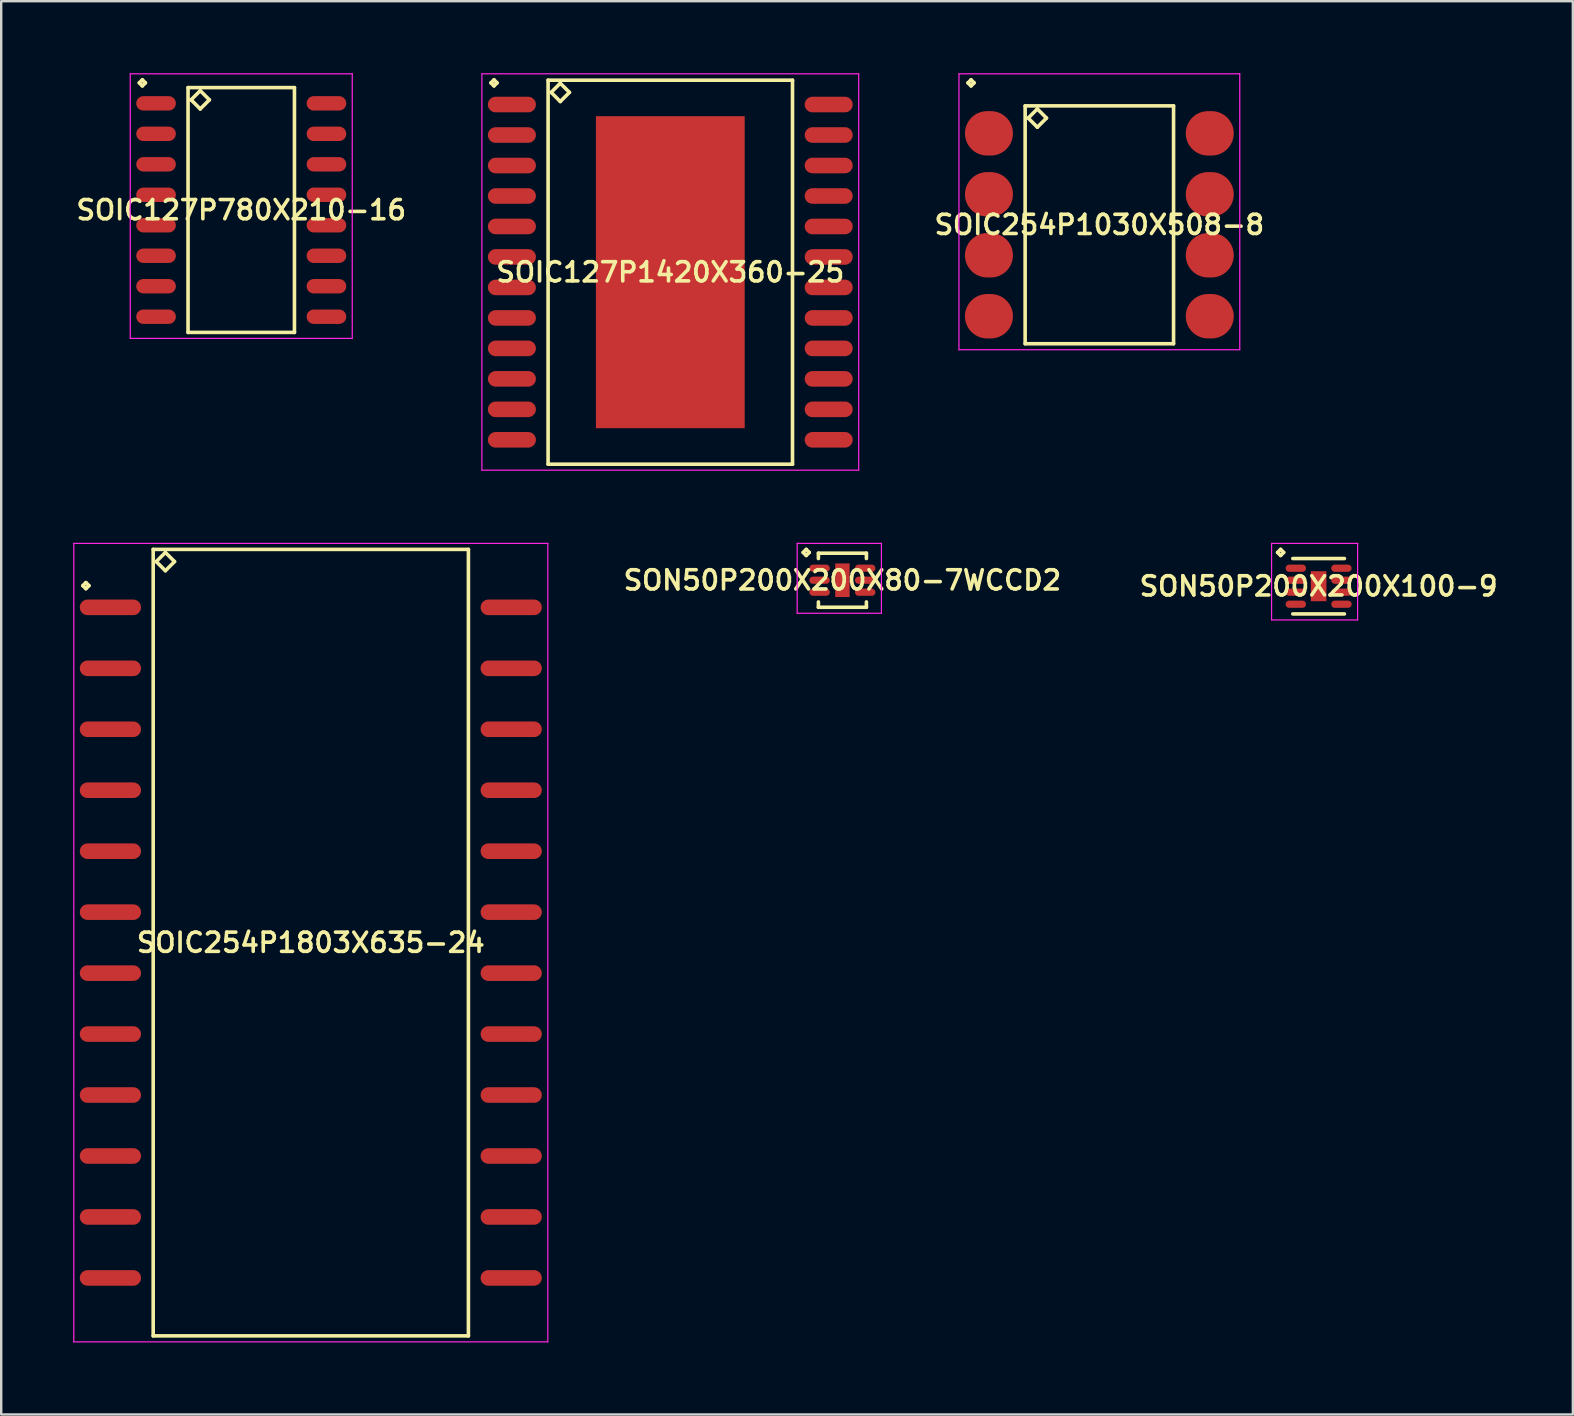
<source format=kicad_pcb>
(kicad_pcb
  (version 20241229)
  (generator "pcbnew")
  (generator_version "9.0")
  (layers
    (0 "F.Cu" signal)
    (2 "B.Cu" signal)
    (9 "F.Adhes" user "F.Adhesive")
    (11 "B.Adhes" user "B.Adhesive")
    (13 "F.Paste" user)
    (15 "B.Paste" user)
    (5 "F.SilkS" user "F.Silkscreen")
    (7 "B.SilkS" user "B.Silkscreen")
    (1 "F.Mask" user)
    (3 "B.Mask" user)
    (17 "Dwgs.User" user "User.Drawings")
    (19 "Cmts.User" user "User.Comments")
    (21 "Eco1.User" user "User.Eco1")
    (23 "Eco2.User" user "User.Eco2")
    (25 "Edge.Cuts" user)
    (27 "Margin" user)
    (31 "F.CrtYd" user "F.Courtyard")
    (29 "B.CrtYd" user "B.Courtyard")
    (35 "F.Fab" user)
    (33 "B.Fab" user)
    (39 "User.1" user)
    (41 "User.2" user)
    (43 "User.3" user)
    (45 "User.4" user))
  (footprint "SOIC254P1803X635-24"
    (layer "F.Cu")
    (at 9.9 36.226)
    (property "Reference" "SOIC254P1803X635-24" (at 0 0 0) (layer "F.SilkS") (effects (font (size 0.8 0.8) (thickness 0.15))))
    (attr smd)
    (fp_line (start -9.498 -14.874) (end -9.371 -15.001) (stroke (width 0.15) (type solid)) (layer "F.SilkS"))
    (fp_line (start -9.371 -15.001) (end -9.244 -14.874) (stroke (width 0.15) (type solid)) (layer "F.SilkS"))
    (fp_line (start -9.371 -14.747) (end -9.498 -14.874) (stroke (width 0.15) (type solid)) (layer "F.SilkS"))
    (fp_line (start -9.244 -14.874) (end -9.371 -14.747) (stroke (width 0.15) (type solid)) (layer "F.SilkS"))
    (fp_line (start -6.567 -16.385) (end -6.567 16.385) (stroke (width 0.15) (type solid)) (layer "F.SilkS"))
    (fp_line (start -6.567 16.385) (end 6.567 16.385) (stroke (width 0.15) (type solid)) (layer "F.SilkS"))
    (fp_line (start -6.44 -15.877) (end -6.059 -16.258) (stroke (width 0.15) (type solid)) (layer "F.SilkS"))
    (fp_line (start -6.059 -16.258) (end -5.678 -15.877) (stroke (width 0.15) (type solid)) (layer "F.SilkS"))
    (fp_line (start -6.059 -15.496) (end -6.44 -15.877) (stroke (width 0.15) (type solid)) (layer "F.SilkS"))
    (fp_line (start -5.678 -15.877) (end -6.059 -15.496) (stroke (width 0.15) (type solid)) (layer "F.SilkS"))
    (fp_line (start 6.567 -16.385) (end -6.567 -16.385) (stroke (width 0.15) (type solid)) (layer "F.SilkS"))
    (fp_line (start 6.567 16.385) (end 6.567 -16.385) (stroke (width 0.15) (type solid)) (layer "F.SilkS"))
    (fp_line (start -9.875 -16.635) (end 9.875 -16.635) (stroke (width 0.05) (type solid)) (layer "F.CrtYd"))
    (fp_line (start -9.875 16.635) (end -9.875 -16.635) (stroke (width 0.05) (type solid)) (layer "F.CrtYd"))
    (fp_line (start 9.875 -16.635) (end 9.875 16.635) (stroke (width 0.05) (type solid)) (layer "F.CrtYd"))
    (fp_line (start 9.875 16.635) (end -9.875 16.635) (stroke (width 0.05) (type solid)) (layer "F.CrtYd"))
    (pad "1" smd oval (at -8.35 -13.97) (size 2.55 0.65) (layers "F.Cu" "F.Mask" "F.Paste"))
    (pad "2" smd oval (at -8.35 -11.43) (size 2.55 0.65) (layers "F.Cu" "F.Mask" "F.Paste"))
    (pad "3" smd oval (at -8.35 -8.89) (size 2.55 0.65) (layers "F.Cu" "F.Mask" "F.Paste"))
    (pad "4" smd oval (at -8.35 -6.35) (size 2.55 0.65) (layers "F.Cu" "F.Mask" "F.Paste"))
    (pad "5" smd oval (at -8.35 -3.81) (size 2.55 0.65) (layers "F.Cu" "F.Mask" "F.Paste"))
    (pad "6" smd oval (at -8.35 -1.27) (size 2.55 0.65) (layers "F.Cu" "F.Mask" "F.Paste"))
    (pad "7" smd oval (at -8.35 1.27) (size 2.55 0.65) (layers "F.Cu" "F.Mask" "F.Paste"))
    (pad "8" smd oval (at -8.35 3.81) (size 2.55 0.65) (layers "F.Cu" "F.Mask" "F.Paste"))
    (pad "9" smd oval (at -8.35 6.35) (size 2.55 0.65) (layers "F.Cu" "F.Mask" "F.Paste"))
    (pad "10" smd oval (at -8.35 8.89) (size 2.55 0.65) (layers "F.Cu" "F.Mask" "F.Paste"))
    (pad "11" smd oval (at -8.35 11.43) (size 2.55 0.65) (layers "F.Cu" "F.Mask" "F.Paste"))
    (pad "12" smd oval (at -8.35 13.97) (size 2.55 0.65) (layers "F.Cu" "F.Mask" "F.Paste"))
    (pad "13" smd oval (at 8.35 13.97) (size 2.55 0.65) (layers "F.Cu" "F.Mask" "F.Paste"))
    (pad "14" smd oval (at 8.35 11.43) (size 2.55 0.65) (layers "F.Cu" "F.Mask" "F.Paste"))
    (pad "15" smd oval (at 8.35 8.89) (size 2.55 0.65) (layers "F.Cu" "F.Mask" "F.Paste"))
    (pad "16" smd oval (at 8.35 6.35) (size 2.55 0.65) (layers "F.Cu" "F.Mask" "F.Paste"))
    (pad "17" smd oval (at 8.35 3.81) (size 2.55 0.65) (layers "F.Cu" "F.Mask" "F.Paste"))
    (pad "18" smd oval (at 8.35 1.27) (size 2.55 0.65) (layers "F.Cu" "F.Mask" "F.Paste"))
    (pad "19" smd oval (at 8.35 -1.27) (size 2.55 0.65) (layers "F.Cu" "F.Mask" "F.Paste"))
    (pad "20" smd oval (at 8.35 -3.81) (size 2.55 0.65) (layers "F.Cu" "F.Mask" "F.Paste"))
    (pad "21" smd oval (at 8.35 -6.35) (size 2.55 0.65) (layers "F.Cu" "F.Mask" "F.Paste"))
    (pad "22" smd oval (at 8.35 -8.89) (size 2.55 0.65) (layers "F.Cu" "F.Mask" "F.Paste"))
    (pad "23" smd oval (at 8.35 -11.43) (size 2.55 0.65) (layers "F.Cu" "F.Mask" "F.Paste"))
    (pad "24" smd oval (at 8.35 -13.97) (size 2.55 0.65) (layers "F.Cu" "F.Mask" "F.Paste")))
  (footprint "SOIC254P1030X508-8"
    (layer "F.Cu")
    (at 42.756 6.316)
    (property "Reference" "SOIC254P1030X508-8" (at 0 0 0) (layer "F.SilkS") (effects (font (size 0.8 0.8) (thickness 0.15))))
    (attr smd)
    (fp_line (start -5.473 -5.914) (end -5.346 -6.041) (stroke (width 0.15) (type solid)) (layer "F.SilkS"))
    (fp_line (start -5.346 -6.041) (end -5.219 -5.914) (stroke (width 0.15) (type solid)) (layer "F.SilkS"))
    (fp_line (start -5.346 -5.787) (end -5.473 -5.914) (stroke (width 0.15) (type solid)) (layer "F.SilkS"))
    (fp_line (start -5.219 -5.914) (end -5.346 -5.787) (stroke (width 0.15) (type solid)) (layer "F.SilkS"))
    (fp_line (start -3.092 -4.955) (end -3.092 4.955) (stroke (width 0.15) (type solid)) (layer "F.SilkS"))
    (fp_line (start -3.092 4.955) (end 3.092 4.955) (stroke (width 0.15) (type solid)) (layer "F.SilkS"))
    (fp_line (start -2.965 -4.447) (end -2.584 -4.828) (stroke (width 0.15) (type solid)) (layer "F.SilkS"))
    (fp_line (start -2.584 -4.828) (end -2.203 -4.447) (stroke (width 0.15) (type solid)) (layer "F.SilkS"))
    (fp_line (start -2.584 -4.066) (end -2.965 -4.447) (stroke (width 0.15) (type solid)) (layer "F.SilkS"))
    (fp_line (start -2.203 -4.447) (end -2.584 -4.066) (stroke (width 0.15) (type solid)) (layer "F.SilkS"))
    (fp_line (start 3.092 -4.955) (end -3.092 -4.955) (stroke (width 0.15) (type solid)) (layer "F.SilkS"))
    (fp_line (start 3.092 4.955) (end 3.092 -4.955) (stroke (width 0.15) (type solid)) (layer "F.SilkS"))
    (fp_line (start -5.85 -6.291) (end 5.85 -6.291) (stroke (width 0.05) (type solid)) (layer "F.CrtYd"))
    (fp_line (start -5.85 5.205) (end -5.85 -6.291) (stroke (width 0.05) (type solid)) (layer "F.CrtYd"))
    (fp_line (start 5.85 -6.291) (end 5.85 5.205) (stroke (width 0.05) (type solid)) (layer "F.CrtYd"))
    (fp_line (start 5.85 5.205) (end -5.85 5.205) (stroke (width 0.05) (type solid)) (layer "F.CrtYd"))
    (pad "1" smd oval (at -4.6 -3.81) (size 2 1.85) (layers "F.Cu" "F.Mask" "F.Paste"))
    (pad "2" smd oval (at -4.6 -1.27) (size 2 1.85) (layers "F.Cu" "F.Mask" "F.Paste"))
    (pad "3" smd oval (at -4.6 1.27) (size 2 1.85) (layers "F.Cu" "F.Mask" "F.Paste"))
    (pad "4" smd oval (at -4.6 3.81) (size 2 1.85) (layers "F.Cu" "F.Mask" "F.Paste"))
    (pad "5" smd oval (at 4.6 3.81) (size 2 1.85) (layers "F.Cu" "F.Mask" "F.Paste"))
    (pad "6" smd oval (at 4.6 1.27) (size 2 1.85) (layers "F.Cu" "F.Mask" "F.Paste"))
    (pad "7" smd oval (at 4.6 -1.27) (size 2 1.85) (layers "F.Cu" "F.Mask" "F.Paste"))
    (pad "8" smd oval (at 4.6 -3.81) (size 2 1.85) (layers "F.Cu" "F.Mask" "F.Paste")))
  (footprint "SOIC127P780X210-16"
    (layer "F.Cu")
    (at 7.002 5.701)
    (property "Reference" "SOIC127P780X210-16" (at 0 0 0) (layer "F.SilkS") (effects (font (size 0.8 0.8) (thickness 0.15))))
    (attr smd)
    (fp_line (start -4.248 -5.299) (end -4.121 -5.426) (stroke (width 0.15) (type solid)) (layer "F.SilkS"))
    (fp_line (start -4.121 -5.426) (end -3.994 -5.299) (stroke (width 0.15) (type solid)) (layer "F.SilkS"))
    (fp_line (start -4.121 -5.172) (end -4.248 -5.299) (stroke (width 0.15) (type solid)) (layer "F.SilkS"))
    (fp_line (start -3.994 -5.299) (end -4.121 -5.172) (stroke (width 0.15) (type solid)) (layer "F.SilkS"))
    (fp_line (start -2.217 -5.1) (end -2.217 5.1) (stroke (width 0.15) (type solid)) (layer "F.SilkS"))
    (fp_line (start -2.217 5.1) (end 2.217 5.1) (stroke (width 0.15) (type solid)) (layer "F.SilkS"))
    (fp_line (start -2.09 -4.592) (end -1.709 -4.973) (stroke (width 0.15) (type solid)) (layer "F.SilkS"))
    (fp_line (start -1.709 -4.973) (end -1.328 -4.592) (stroke (width 0.15) (type solid)) (layer "F.SilkS"))
    (fp_line (start -1.709 -4.211) (end -2.09 -4.592) (stroke (width 0.15) (type solid)) (layer "F.SilkS"))
    (fp_line (start -1.328 -4.592) (end -1.709 -4.211) (stroke (width 0.15) (type solid)) (layer "F.SilkS"))
    (fp_line (start 2.217 -5.1) (end -2.217 -5.1) (stroke (width 0.15) (type solid)) (layer "F.SilkS"))
    (fp_line (start 2.217 5.1) (end 2.217 -5.1) (stroke (width 0.15) (type solid)) (layer "F.SilkS"))
    (fp_line (start -4.625 -5.676) (end 4.625 -5.676) (stroke (width 0.05) (type solid)) (layer "F.CrtYd"))
    (fp_line (start -4.625 5.35) (end -4.625 -5.676) (stroke (width 0.05) (type solid)) (layer "F.CrtYd"))
    (fp_line (start 4.625 -5.676) (end 4.625 5.35) (stroke (width 0.05) (type solid)) (layer "F.CrtYd"))
    (fp_line (start 4.625 5.35) (end -4.625 5.35) (stroke (width 0.05) (type solid)) (layer "F.CrtYd"))
    (pad "1" smd oval (at -3.55 -4.445) (size 1.65 0.6) (layers "F.Cu" "F.Mask" "F.Paste"))
    (pad "2" smd oval (at -3.55 -3.175) (size 1.65 0.6) (layers "F.Cu" "F.Mask" "F.Paste"))
    (pad "3" smd oval (at -3.55 -1.905) (size 1.65 0.6) (layers "F.Cu" "F.Mask" "F.Paste"))
    (pad "4" smd oval (at -3.55 -0.635) (size 1.65 0.6) (layers "F.Cu" "F.Mask" "F.Paste"))
    (pad "5" smd oval (at -3.55 0.635) (size 1.65 0.6) (layers "F.Cu" "F.Mask" "F.Paste"))
    (pad "6" smd oval (at -3.55 1.905) (size 1.65 0.6) (layers "F.Cu" "F.Mask" "F.Paste"))
    (pad "7" smd oval (at -3.55 3.175) (size 1.65 0.6) (layers "F.Cu" "F.Mask" "F.Paste"))
    (pad "8" smd oval (at -3.55 4.445) (size 1.65 0.6) (layers "F.Cu" "F.Mask" "F.Paste"))
    (pad "9" smd oval (at 3.55 4.445) (size 1.65 0.6) (layers "F.Cu" "F.Mask" "F.Paste"))
    (pad "10" smd oval (at 3.55 3.175) (size 1.65 0.6) (layers "F.Cu" "F.Mask" "F.Paste"))
    (pad "11" smd oval (at 3.55 1.905) (size 1.65 0.6) (layers "F.Cu" "F.Mask" "F.Paste"))
    (pad "12" smd oval (at 3.55 0.635) (size 1.65 0.6) (layers "F.Cu" "F.Mask" "F.Paste"))
    (pad "13" smd oval (at 3.55 -0.635) (size 1.65 0.6) (layers "F.Cu" "F.Mask" "F.Paste"))
    (pad "14" smd oval (at 3.55 -1.905) (size 1.65 0.6) (layers "F.Cu" "F.Mask" "F.Paste"))
    (pad "15" smd oval (at 3.55 -3.175) (size 1.65 0.6) (layers "F.Cu" "F.Mask" "F.Paste"))
    (pad "16" smd oval (at 3.55 -4.445) (size 1.65 0.6) (layers "F.Cu" "F.Mask" "F.Paste")))
  (footprint "SOIC127P1420X360-25"
    (layer "F.Cu")
    (at 24.879 8.291)
    (property "Reference" "SOIC127P1420X360-25" (at 0 0 0) (layer "F.SilkS") (effects (font (size 0.8 0.8) (thickness 0.15))))
    (attr smd)
    (fp_line (start -7.473 -7.889) (end -7.346 -8.016) (stroke (width 0.15) (type solid)) (layer "F.SilkS"))
    (fp_line (start -7.346 -8.016) (end -7.219 -7.889) (stroke (width 0.15) (type solid)) (layer "F.SilkS"))
    (fp_line (start -7.346 -7.762) (end -7.473 -7.889) (stroke (width 0.15) (type solid)) (layer "F.SilkS"))
    (fp_line (start -7.219 -7.889) (end -7.346 -7.762) (stroke (width 0.15) (type solid)) (layer "F.SilkS"))
    (fp_line (start -5.092 -8) (end -5.092 8) (stroke (width 0.15) (type solid)) (layer "F.SilkS"))
    (fp_line (start -5.092 8) (end 5.092 8) (stroke (width 0.15) (type solid)) (layer "F.SilkS"))
    (fp_line (start -4.965 -7.492) (end -4.584 -7.873) (stroke (width 0.15) (type solid)) (layer "F.SilkS"))
    (fp_line (start -4.584 -7.873) (end -4.203 -7.492) (stroke (width 0.15) (type solid)) (layer "F.SilkS"))
    (fp_line (start -4.584 -7.111) (end -4.965 -7.492) (stroke (width 0.15) (type solid)) (layer "F.SilkS"))
    (fp_line (start -4.203 -7.492) (end -4.584 -7.111) (stroke (width 0.15) (type solid)) (layer "F.SilkS"))
    (fp_line (start 5.092 -8) (end -5.092 -8) (stroke (width 0.15) (type solid)) (layer "F.SilkS"))
    (fp_line (start 5.092 8) (end 5.092 -8) (stroke (width 0.15) (type solid)) (layer "F.SilkS"))
    (fp_line (start -7.85 -8.266) (end 7.85 -8.266) (stroke (width 0.05) (type solid)) (layer "F.CrtYd"))
    (fp_line (start -7.85 8.25) (end -7.85 -8.266) (stroke (width 0.05) (type solid)) (layer "F.CrtYd"))
    (fp_line (start 7.85 -8.266) (end 7.85 8.25) (stroke (width 0.05) (type solid)) (layer "F.CrtYd"))
    (fp_line (start 7.85 8.25) (end -7.85 8.25) (stroke (width 0.05) (type solid)) (layer "F.CrtYd"))
    (pad "1" smd oval (at -6.6 -6.985) (size 2 0.65) (layers "F.Cu" "F.Mask" "F.Paste"))
    (pad "2" smd oval (at -6.6 -5.715) (size 2 0.65) (layers "F.Cu" "F.Mask" "F.Paste"))
    (pad "3" smd oval (at -6.6 -4.445) (size 2 0.65) (layers "F.Cu" "F.Mask" "F.Paste"))
    (pad "4" smd oval (at -6.6 -3.175) (size 2 0.65) (layers "F.Cu" "F.Mask" "F.Paste"))
    (pad "5" smd oval (at -6.6 -1.905) (size 2 0.65) (layers "F.Cu" "F.Mask" "F.Paste"))
    (pad "6" smd oval (at -6.6 -0.635) (size 2 0.65) (layers "F.Cu" "F.Mask" "F.Paste"))
    (pad "7" smd oval (at -6.6 0.635) (size 2 0.65) (layers "F.Cu" "F.Mask" "F.Paste"))
    (pad "8" smd oval (at -6.6 1.905) (size 2 0.65) (layers "F.Cu" "F.Mask" "F.Paste"))
    (pad "9" smd oval (at -6.6 3.175) (size 2 0.65) (layers "F.Cu" "F.Mask" "F.Paste"))
    (pad "10" smd oval (at -6.6 4.445) (size 2 0.65) (layers "F.Cu" "F.Mask" "F.Paste"))
    (pad "11" smd oval (at -6.6 5.715) (size 2 0.65) (layers "F.Cu" "F.Mask" "F.Paste"))
    (pad "12" smd oval (at -6.6 6.985) (size 2 0.65) (layers "F.Cu" "F.Mask" "F.Paste"))
    (pad "13" smd oval (at 6.6 6.985) (size 2 0.65) (layers "F.Cu" "F.Mask" "F.Paste"))
    (pad "14" smd oval (at 6.6 5.715) (size 2 0.65) (layers "F.Cu" "F.Mask" "F.Paste"))
    (pad "15" smd oval (at 6.6 4.445) (size 2 0.65) (layers "F.Cu" "F.Mask" "F.Paste"))
    (pad "16" smd oval (at 6.6 3.175) (size 2 0.65) (layers "F.Cu" "F.Mask" "F.Paste"))
    (pad "17" smd oval (at 6.6 1.905) (size 2 0.65) (layers "F.Cu" "F.Mask" "F.Paste"))
    (pad "18" smd oval (at 6.6 0.635) (size 2 0.65) (layers "F.Cu" "F.Mask" "F.Paste"))
    (pad "19" smd oval (at 6.6 -0.635) (size 2 0.65) (layers "F.Cu" "F.Mask" "F.Paste"))
    (pad "20" smd oval (at 6.6 -1.905) (size 2 0.65) (layers "F.Cu" "F.Mask" "F.Paste"))
    (pad "21" smd oval (at 6.6 -3.175) (size 2 0.65) (layers "F.Cu" "F.Mask" "F.Paste"))
    (pad "22" smd oval (at 6.6 -4.445) (size 2 0.65) (layers "F.Cu" "F.Mask" "F.Paste"))
    (pad "23" smd oval (at 6.6 -5.715) (size 2 0.65) (layers "F.Cu" "F.Mask" "F.Paste"))
    (pad "24" smd oval (at 6.6 -6.985) (size 2 0.65) (layers "F.Cu" "F.Mask" "F.Paste"))
    (pad "25" smd rect (at 0 0) (size 6.2 13) (layers "F.Cu" "F.Mask" "F.Paste")))
  (footprint "SON50P200X200X100-9"
    (layer "F.Cu")
    (at 51.892 21.376)
    (property "Reference" "SON50P200X200X100-9" (at 0 0 0) (layer "F.SilkS") (effects (font (size 0.8 0.8) (thickness 0.15))))
    (attr smd)
    (fp_line (start -1.71 -1.408) (end -1.583 -1.535) (stroke (width 0.15) (type solid)) (layer "F.SilkS"))
    (fp_line (start -1.583 -1.535) (end -1.456 -1.408) (stroke (width 0.15) (type solid)) (layer "F.SilkS"))
    (fp_line (start -1.583 -1.281) (end -1.71 -1.408) (stroke (width 0.15) (type solid)) (layer "F.SilkS"))
    (fp_line (start -1.456 -1.408) (end -1.583 -1.281) (stroke (width 0.15) (type solid)) (layer "F.SilkS"))
    (fp_line (start -1.075 -1.154) (end 1.075 -1.154) (stroke (width 0.15) (type solid)) (layer "F.SilkS"))
    (fp_line (start -1.075 1.154) (end 1.075 1.154) (stroke (width 0.15) (type solid)) (layer "F.SilkS"))
    (fp_line (start -1.96 -1.785) (end 1.625 -1.785) (stroke (width 0.05) (type solid)) (layer "F.CrtYd"))
    (fp_line (start -1.96 1.404) (end -1.96 -1.785) (stroke (width 0.05) (type solid)) (layer "F.CrtYd"))
    (fp_line (start 1.625 -1.785) (end 1.625 1.404) (stroke (width 0.05) (type solid)) (layer "F.CrtYd"))
    (fp_line (start 1.625 1.404) (end -1.96 1.404) (stroke (width 0.05) (type solid)) (layer "F.CrtYd"))
    (pad "1" smd oval (at -0.95 -0.75) (size 0.85 0.3) (layers "F.Cu" "F.Mask" "F.Paste"))
    (pad "2" smd oval (at -0.95 -0.25) (size 0.85 0.3) (layers "F.Cu" "F.Mask" "F.Paste"))
    (pad "3" smd oval (at -0.95 0.25) (size 0.85 0.3) (layers "F.Cu" "F.Mask" "F.Paste"))
    (pad "4" smd oval (at -0.95 0.75) (size 0.85 0.3) (layers "F.Cu" "F.Mask" "F.Paste"))
    (pad "5" smd oval (at 0.95 0.75) (size 0.85 0.3) (layers "F.Cu" "F.Mask" "F.Paste"))
    (pad "6" smd oval (at 0.95 0.25) (size 0.85 0.3) (layers "F.Cu" "F.Mask" "F.Paste"))
    (pad "7" smd oval (at 0.95 -0.25) (size 0.85 0.3) (layers "F.Cu" "F.Mask" "F.Paste"))
    (pad "8" smd oval (at 0.95 -0.75) (size 0.85 0.3) (layers "F.Cu" "F.Mask" "F.Paste"))
    (pad "9" smd rect (at 0 0) (size 0.65 1.25) (layers "F.Cu" "F.Mask" "F.Paste")))
  (footprint "SON50P200X200X80-7WCCD2"
    (layer "F.Cu")
    (at 32.05 21.126)
    (property "Reference" "SON50P200X200X80-7WCCD2" (at 0 0 0) (layer "F.SilkS") (effects (font (size 0.8 0.8) (thickness 0.15))))
    (attr smd)
    (fp_line (start -1.635 -1.158) (end -1.508 -1.285) (stroke (width 0.15) (type solid)) (layer "F.SilkS"))
    (fp_line (start -1.508 -1.285) (end -1.381 -1.158) (stroke (width 0.15) (type solid)) (layer "F.SilkS"))
    (fp_line (start -1.508 -1.031) (end -1.635 -1.158) (stroke (width 0.15) (type solid)) (layer "F.SilkS"))
    (fp_line (start -1.381 -1.158) (end -1.508 -1.031) (stroke (width 0.15) (type solid)) (layer "F.SilkS"))
    (fp_line (start -1 -1.127) (end 1 -1.127) (stroke (width 0.15) (type solid)) (layer "F.SilkS"))
    (fp_line (start -1 -0.904) (end -1 -1.127) (stroke (width 0.15) (type solid)) (layer "F.SilkS"))
    (fp_line (start -1 0.904) (end -1 1.127) (stroke (width 0.15) (type solid)) (layer "F.SilkS"))
    (fp_line (start -1 1.127) (end 1 1.127) (stroke (width 0.15) (type solid)) (layer "F.SilkS"))
    (fp_line (start 1 -1.127) (end 1 -0.904) (stroke (width 0.15) (type solid)) (layer "F.SilkS"))
    (fp_line (start 1 1.127) (end 1 0.904) (stroke (width 0.15) (type solid)) (layer "F.SilkS"))
    (fp_line (start -1.885 -1.535) (end 1.625 -1.535) (stroke (width 0.05) (type solid)) (layer "F.CrtYd"))
    (fp_line (start -1.885 1.377) (end -1.885 -1.535) (stroke (width 0.05) (type solid)) (layer "F.CrtYd"))
    (fp_line (start 1.625 -1.535) (end 1.625 1.377) (stroke (width 0.05) (type solid)) (layer "F.CrtYd"))
    (fp_line (start 1.625 1.377) (end -1.885 1.377) (stroke (width 0.05) (type solid)) (layer "F.CrtYd"))
    (pad "1" smd oval (at -0.95 -0.5) (size 0.85 0.3) (layers "F.Cu" "F.Mask" "F.Paste"))
    (pad "2" smd oval (at -0.95 0) (size 0.85 0.3) (layers "F.Cu" "F.Mask" "F.Paste"))
    (pad "3" smd oval (at -0.95 0.5) (size 0.85 0.3) (layers "F.Cu" "F.Mask" "F.Paste"))
    (pad "4" smd oval (at 0.95 0.5) (size 0.85 0.3) (layers "F.Cu" "F.Mask" "F.Paste"))
    (pad "5" smd oval (at 0.95 0) (size 0.85 0.3) (layers "F.Cu" "F.Mask" "F.Paste"))
    (pad "6" smd oval (at 0.95 -0.5) (size 0.85 0.3) (layers "F.Cu" "F.Mask" "F.Paste"))
    (pad "7" smd rect (at 0 0) (size 0.6 1.4) (layers "F.Cu" "F.Mask" "F.Paste")))
  (gr_rect
    (start -3 -3)
    (end 62.485 55.886)
    (stroke (width 0.1) (type default))
    (fill no)
    (layer "Edge.Cuts")))
</source>
